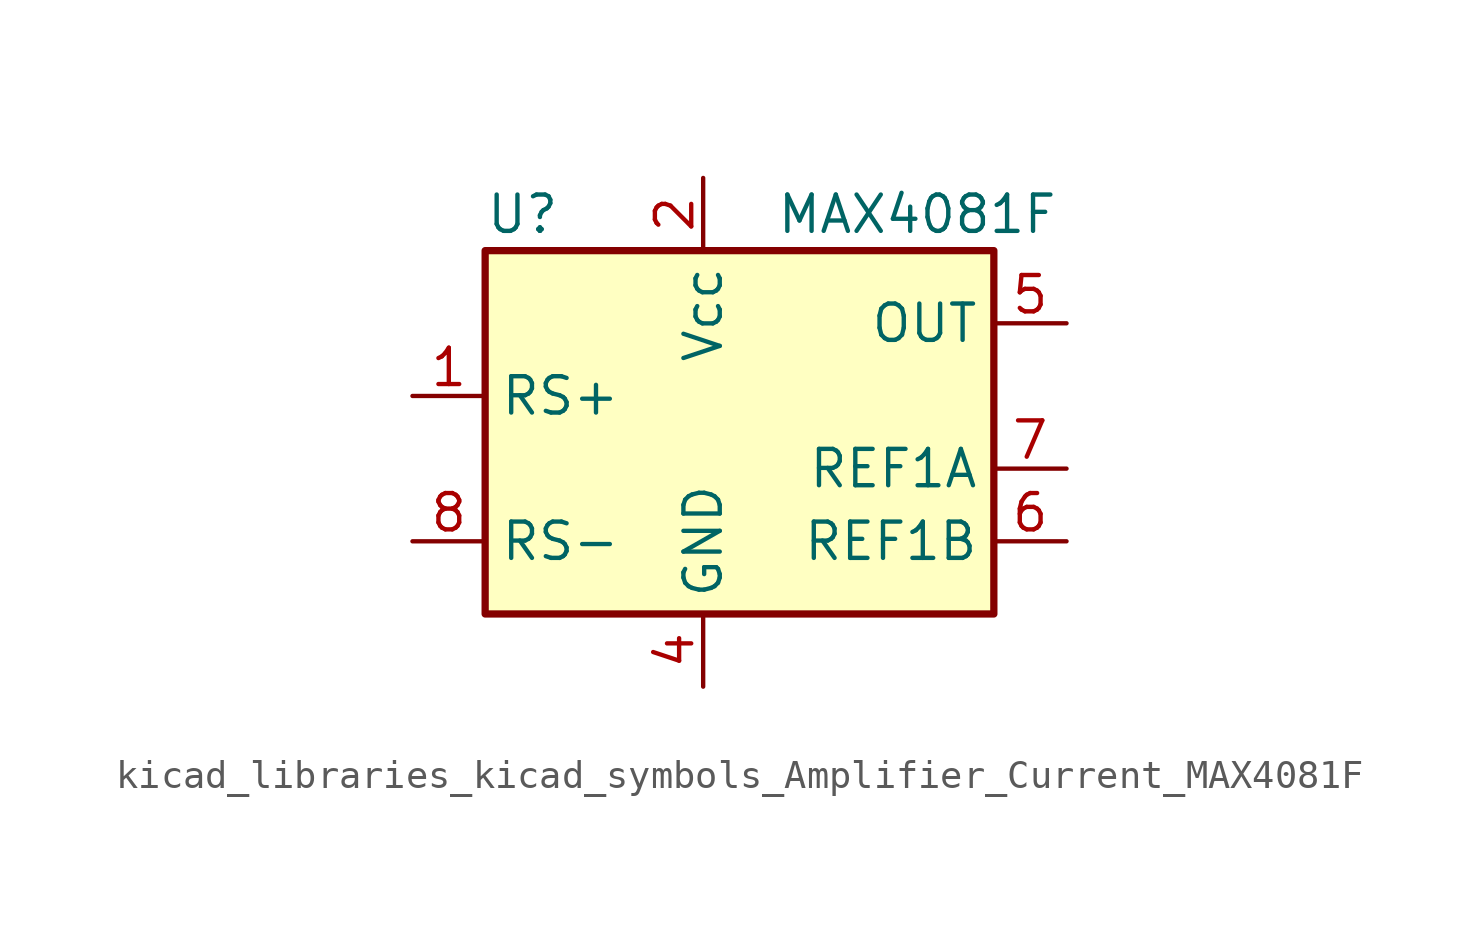
<source format=kicad_sym>
(kicad_symbol_lib
  (version 20220914)
  (generator kicad_symbol_editor)
  (symbol "kicad_libraries_kicad_symbols_Amplifier_Current_MAX4081F"
    (property "Reference" "U"
      (at -7.62 8.89 0)
      (effects (font (size 1.27 1.27)) (justify left)))
    (property "Value" "MAX4081F"
      (at 2.54 8.89 0)
      (effects (font (size 1.27 1.27)) (justify left)))
    (symbol "kicad_libraries_kicad_symbols_Amplifier_Current_MAX4081F_0_1"
      (rectangle (start -7.62 7.62) (end 10.16 -5.08) (stroke (width 0.254) (type default)) (fill (type background))))
    (symbol "kicad_libraries_kicad_symbols_Amplifier_Current_MAX4081F_1_1"
      (pin input line (at -10.16 2.54 0) (length 2.54) (name "RS+" (effects (font (size 1.27 1.27)))) (number "1" (effects (font (size 1.27 1.27)))))
      (pin power_in line (at 0 10.16 270) (length 2.54) (name "Vcc" (effects (font (size 1.27 1.27)))) (number "2" (effects (font (size 1.27 1.27)))))
      (pin no_connect line (at 10.16 2.54 180) (length 2.54) hide (name "NC" (effects (font (size 1.27 1.27)))) (number "3" (effects (font (size 1.27 1.27)))))
      (pin power_in line (at 0 -7.62 90) (length 2.54) (name "GND" (effects (font (size 1.27 1.27)))) (number "4" (effects (font (size 1.27 1.27)))))
      (pin input line (at 12.7 5.08 180) (length 2.54) (name "OUT" (effects (font (size 1.27 1.27)))) (number "5" (effects (font (size 1.27 1.27)))))
      (pin input line (at 12.7 -2.54 180) (length 2.54) (name "REF1B" (effects (font (size 1.27 1.27)))) (number "6" (effects (font (size 1.27 1.27)))))
      (pin input line (at 12.7 0 180) (length 2.54) (name "REF1A" (effects (font (size 1.27 1.27)))) (number "7" (effects (font (size 1.27 1.27)))))
      (pin input line (at -10.16 -2.54 0) (length 2.54) (name "RS-" (effects (font (size 1.27 1.27)))) (number "8" (effects (font (size 1.27 1.27))))))))
</source>
